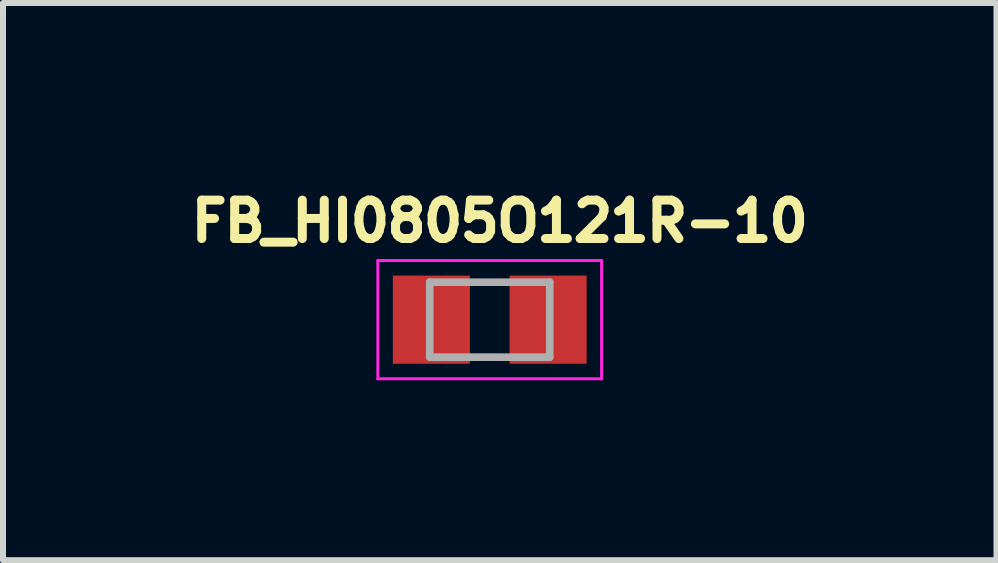
<source format=kicad_pcb>
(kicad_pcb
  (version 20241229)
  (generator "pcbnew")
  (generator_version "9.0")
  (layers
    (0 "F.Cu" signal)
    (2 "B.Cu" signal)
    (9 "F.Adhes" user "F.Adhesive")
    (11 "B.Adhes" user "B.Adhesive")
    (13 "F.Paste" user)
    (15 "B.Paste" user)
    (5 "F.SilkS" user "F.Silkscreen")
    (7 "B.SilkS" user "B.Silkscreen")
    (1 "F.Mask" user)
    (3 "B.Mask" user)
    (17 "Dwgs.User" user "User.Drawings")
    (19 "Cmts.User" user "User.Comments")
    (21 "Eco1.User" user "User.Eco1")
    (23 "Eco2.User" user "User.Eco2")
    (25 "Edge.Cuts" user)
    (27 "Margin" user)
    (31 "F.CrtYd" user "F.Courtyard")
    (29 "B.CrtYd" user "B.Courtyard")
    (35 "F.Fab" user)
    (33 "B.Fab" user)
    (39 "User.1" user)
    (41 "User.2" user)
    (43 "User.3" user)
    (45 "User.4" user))
  (footprint "FB_HI0805O121R-10"
    (layer "F.Cu")
    (at 5.114 2.279)
    (property "Reference" "FB_HI0805O121R-10" (at 0.167 -1.641 0) (layer "F.SilkS") (effects (font (size 0.64 0.64) (thickness 0.15))))
    (attr smd)
    (fp_line (start -1.865 -0.985) (end -1.865 0.985) (stroke (width 0.05) (type solid)) (layer "F.CrtYd"))
    (fp_line (start -1.865 0.985) (end 1.865 0.985) (stroke (width 0.05) (type solid)) (layer "F.CrtYd"))
    (fp_line (start 1.865 -0.985) (end -1.865 -0.985) (stroke (width 0.05) (type solid)) (layer "F.CrtYd"))
    (fp_line (start 1.865 0.985) (end 1.865 -0.985) (stroke (width 0.05) (type solid)) (layer "F.CrtYd"))
    (fp_line (start -1 -0.625) (end -1 0.625) (stroke (width 0.127) (type solid)) (layer "F.Fab"))
    (fp_line (start -1 -0.625) (end 1 -0.625) (stroke (width 0.127) (type solid)) (layer "F.Fab"))
    (fp_line (start -1 0.625) (end 1 0.625) (stroke (width 0.127) (type solid)) (layer "F.Fab"))
    (fp_line (start 1 -0.625) (end 1 0.625) (stroke (width 0.127) (type solid)) (layer "F.Fab"))
    (pad "1" smd rect (at -0.973 0) (size 1.285 1.47) (layers "F.Cu" "F.Mask" "F.Paste"))
    (pad "2" smd rect (at 0.973 0) (size 1.285 1.47) (layers "F.Cu" "F.Mask" "F.Paste")))
  (gr_rect
    (start -3 -3)
    (end 13.562 6.289)
    (stroke (width 0.1) (type default))
    (fill no)
    (layer "Edge.Cuts")))
</source>
